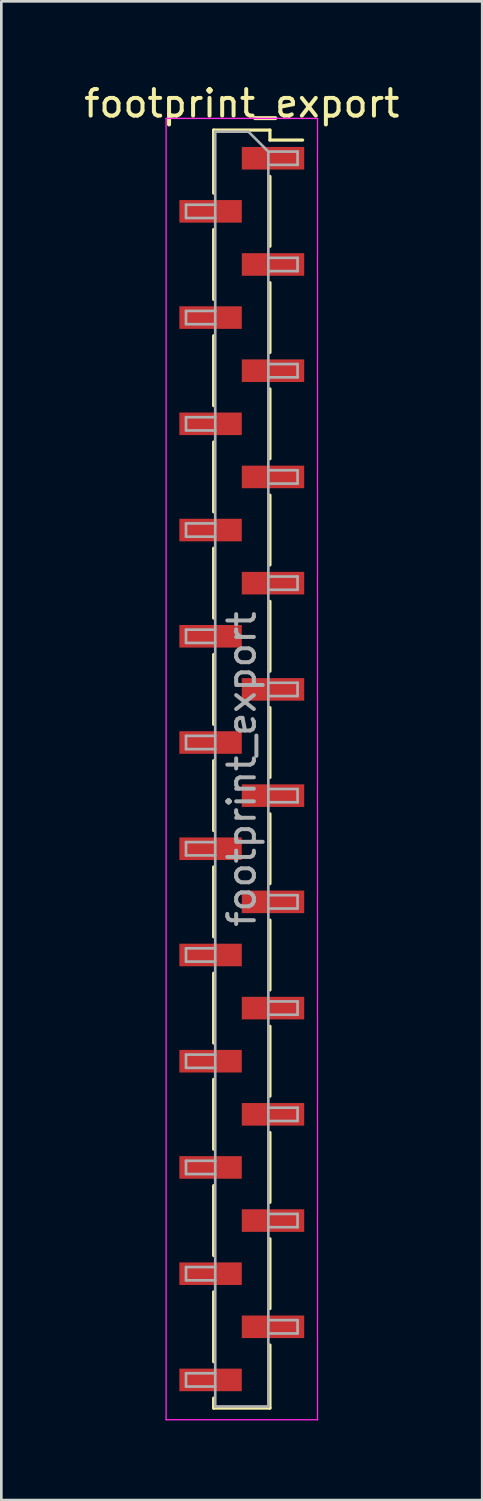
<source format=kicad_pcb>
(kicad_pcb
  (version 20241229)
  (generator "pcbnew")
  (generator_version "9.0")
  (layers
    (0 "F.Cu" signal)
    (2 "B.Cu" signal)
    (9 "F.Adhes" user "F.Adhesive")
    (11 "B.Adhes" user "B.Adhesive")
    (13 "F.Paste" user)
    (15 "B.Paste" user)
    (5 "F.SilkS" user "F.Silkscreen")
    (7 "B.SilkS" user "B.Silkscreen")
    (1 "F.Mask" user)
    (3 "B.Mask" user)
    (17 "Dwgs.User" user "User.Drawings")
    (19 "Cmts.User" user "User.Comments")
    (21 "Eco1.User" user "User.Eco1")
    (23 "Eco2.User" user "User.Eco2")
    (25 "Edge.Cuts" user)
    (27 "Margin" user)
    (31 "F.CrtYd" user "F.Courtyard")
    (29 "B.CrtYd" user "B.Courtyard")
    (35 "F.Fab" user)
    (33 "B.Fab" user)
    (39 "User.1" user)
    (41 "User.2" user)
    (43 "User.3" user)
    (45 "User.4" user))
  (footprint "footprint_export"
    (layer "F.Cu")
    (at 6.054 25.908)
    (property "Reference" "footprint_export" (at 0 -25.06 0) (layer "F.SilkS") (effects (font (size 1 1) (thickness 0.15))))
    (attr smd)
    (fp_line (start -1.06 -24.06) (end -1.06 -21.685) (stroke (width 0.12) (type solid)) (layer "F.SilkS"))
    (fp_line (start -1.06 -24.06) (end 1.06 -24.06) (stroke (width 0.12) (type solid)) (layer "F.SilkS"))
    (fp_line (start -1.06 -20.315) (end -1.06 -17.685) (stroke (width 0.12) (type solid)) (layer "F.SilkS"))
    (fp_line (start -1.06 -16.315) (end -1.06 -13.685) (stroke (width 0.12) (type solid)) (layer "F.SilkS"))
    (fp_line (start -1.06 -12.315) (end -1.06 -9.685) (stroke (width 0.12) (type solid)) (layer "F.SilkS"))
    (fp_line (start -1.06 -8.315) (end -1.06 -5.685) (stroke (width 0.12) (type solid)) (layer "F.SilkS"))
    (fp_line (start -1.06 -4.315) (end -1.06 -1.685) (stroke (width 0.12) (type solid)) (layer "F.SilkS"))
    (fp_line (start -1.06 -0.315) (end -1.06 2.315) (stroke (width 0.12) (type solid)) (layer "F.SilkS"))
    (fp_line (start -1.06 3.685) (end -1.06 6.315) (stroke (width 0.12) (type solid)) (layer "F.SilkS"))
    (fp_line (start -1.06 7.685) (end -1.06 10.315) (stroke (width 0.12) (type solid)) (layer "F.SilkS"))
    (fp_line (start -1.06 11.685) (end -1.06 14.315) (stroke (width 0.12) (type solid)) (layer "F.SilkS"))
    (fp_line (start -1.06 15.685) (end -1.06 18.315) (stroke (width 0.12) (type solid)) (layer "F.SilkS"))
    (fp_line (start -1.06 19.685) (end -1.06 22.315) (stroke (width 0.12) (type solid)) (layer "F.SilkS"))
    (fp_line (start -1.06 23.685) (end -1.06 24.06) (stroke (width 0.12) (type solid)) (layer "F.SilkS"))
    (fp_line (start -1.06 24.06) (end 1.06 24.06) (stroke (width 0.12) (type solid)) (layer "F.SilkS"))
    (fp_line (start 1.06 -24.06) (end 1.06 -23.685) (stroke (width 0.12) (type solid)) (layer "F.SilkS"))
    (fp_line (start 1.06 -23.685) (end 2.29 -23.685) (stroke (width 0.12) (type solid)) (layer "F.SilkS"))
    (fp_line (start 1.06 -22.315) (end 1.06 -19.685) (stroke (width 0.12) (type solid)) (layer "F.SilkS"))
    (fp_line (start 1.06 -18.315) (end 1.06 -15.685) (stroke (width 0.12) (type solid)) (layer "F.SilkS"))
    (fp_line (start 1.06 -14.315) (end 1.06 -11.685) (stroke (width 0.12) (type solid)) (layer "F.SilkS"))
    (fp_line (start 1.06 -10.315) (end 1.06 -7.685) (stroke (width 0.12) (type solid)) (layer "F.SilkS"))
    (fp_line (start 1.06 -6.315) (end 1.06 -3.685) (stroke (width 0.12) (type solid)) (layer "F.SilkS"))
    (fp_line (start 1.06 -2.315) (end 1.06 0.315) (stroke (width 0.12) (type solid)) (layer "F.SilkS"))
    (fp_line (start 1.06 1.685) (end 1.06 4.315) (stroke (width 0.12) (type solid)) (layer "F.SilkS"))
    (fp_line (start 1.06 5.685) (end 1.06 8.315) (stroke (width 0.12) (type solid)) (layer "F.SilkS"))
    (fp_line (start 1.06 9.685) (end 1.06 12.315) (stroke (width 0.12) (type solid)) (layer "F.SilkS"))
    (fp_line (start 1.06 13.685) (end 1.06 16.315) (stroke (width 0.12) (type solid)) (layer "F.SilkS"))
    (fp_line (start 1.06 17.685) (end 1.06 20.315) (stroke (width 0.12) (type solid)) (layer "F.SilkS"))
    (fp_line (start 1.06 21.685) (end 1.06 24.06) (stroke (width 0.12) (type solid)) (layer "F.SilkS"))
    (fp_line (start -2.85 -24.5) (end -2.85 24.5) (stroke (width 0.05) (type solid)) (layer "F.CrtYd"))
    (fp_line (start -2.85 24.5) (end 2.85 24.5) (stroke (width 0.05) (type solid)) (layer "F.CrtYd"))
    (fp_line (start 2.85 -24.5) (end -2.85 -24.5) (stroke (width 0.05) (type solid)) (layer "F.CrtYd"))
    (fp_line (start 2.85 24.5) (end 2.85 -24.5) (stroke (width 0.05) (type solid)) (layer "F.CrtYd"))
    (fp_line (start -2.1 -21.25) (end -2.1 -20.75) (stroke (width 0.1) (type solid)) (layer "F.Fab"))
    (fp_line (start -2.1 -20.75) (end -1 -20.75) (stroke (width 0.1) (type solid)) (layer "F.Fab"))
    (fp_line (start -2.1 -17.25) (end -2.1 -16.75) (stroke (width 0.1) (type solid)) (layer "F.Fab"))
    (fp_line (start -2.1 -16.75) (end -1 -16.75) (stroke (width 0.1) (type solid)) (layer "F.Fab"))
    (fp_line (start -2.1 -13.25) (end -2.1 -12.75) (stroke (width 0.1) (type solid)) (layer "F.Fab"))
    (fp_line (start -2.1 -12.75) (end -1 -12.75) (stroke (width 0.1) (type solid)) (layer "F.Fab"))
    (fp_line (start -2.1 -9.25) (end -2.1 -8.75) (stroke (width 0.1) (type solid)) (layer "F.Fab"))
    (fp_line (start -2.1 -8.75) (end -1 -8.75) (stroke (width 0.1) (type solid)) (layer "F.Fab"))
    (fp_line (start -2.1 -5.25) (end -2.1 -4.75) (stroke (width 0.1) (type solid)) (layer "F.Fab"))
    (fp_line (start -2.1 -4.75) (end -1 -4.75) (stroke (width 0.1) (type solid)) (layer "F.Fab"))
    (fp_line (start -2.1 -1.25) (end -2.1 -0.75) (stroke (width 0.1) (type solid)) (layer "F.Fab"))
    (fp_line (start -2.1 -0.75) (end -1 -0.75) (stroke (width 0.1) (type solid)) (layer "F.Fab"))
    (fp_line (start -2.1 2.75) (end -2.1 3.25) (stroke (width 0.1) (type solid)) (layer "F.Fab"))
    (fp_line (start -2.1 3.25) (end -1 3.25) (stroke (width 0.1) (type solid)) (layer "F.Fab"))
    (fp_line (start -2.1 6.75) (end -2.1 7.25) (stroke (width 0.1) (type solid)) (layer "F.Fab"))
    (fp_line (start -2.1 7.25) (end -1 7.25) (stroke (width 0.1) (type solid)) (layer "F.Fab"))
    (fp_line (start -2.1 10.75) (end -2.1 11.25) (stroke (width 0.1) (type solid)) (layer "F.Fab"))
    (fp_line (start -2.1 11.25) (end -1 11.25) (stroke (width 0.1) (type solid)) (layer "F.Fab"))
    (fp_line (start -2.1 14.75) (end -2.1 15.25) (stroke (width 0.1) (type solid)) (layer "F.Fab"))
    (fp_line (start -2.1 15.25) (end -1 15.25) (stroke (width 0.1) (type solid)) (layer "F.Fab"))
    (fp_line (start -2.1 18.75) (end -2.1 19.25) (stroke (width 0.1) (type solid)) (layer "F.Fab"))
    (fp_line (start -2.1 19.25) (end -1 19.25) (stroke (width 0.1) (type solid)) (layer "F.Fab"))
    (fp_line (start -2.1 22.75) (end -2.1 23.25) (stroke (width 0.1) (type solid)) (layer "F.Fab"))
    (fp_line (start -2.1 23.25) (end -1 23.25) (stroke (width 0.1) (type solid)) (layer "F.Fab"))
    (fp_line (start -1 -24) (end -1 24) (stroke (width 0.1) (type solid)) (layer "F.Fab"))
    (fp_line (start -1 -24) (end 0.25 -24) (stroke (width 0.1) (type solid)) (layer "F.Fab"))
    (fp_line (start -1 -21.25) (end -2.1 -21.25) (stroke (width 0.1) (type solid)) (layer "F.Fab"))
    (fp_line (start -1 -17.25) (end -2.1 -17.25) (stroke (width 0.1) (type solid)) (layer "F.Fab"))
    (fp_line (start -1 -13.25) (end -2.1 -13.25) (stroke (width 0.1) (type solid)) (layer "F.Fab"))
    (fp_line (start -1 -9.25) (end -2.1 -9.25) (stroke (width 0.1) (type solid)) (layer "F.Fab"))
    (fp_line (start -1 -5.25) (end -2.1 -5.25) (stroke (width 0.1) (type solid)) (layer "F.Fab"))
    (fp_line (start -1 -1.25) (end -2.1 -1.25) (stroke (width 0.1) (type solid)) (layer "F.Fab"))
    (fp_line (start -1 2.75) (end -2.1 2.75) (stroke (width 0.1) (type solid)) (layer "F.Fab"))
    (fp_line (start -1 6.75) (end -2.1 6.75) (stroke (width 0.1) (type solid)) (layer "F.Fab"))
    (fp_line (start -1 10.75) (end -2.1 10.75) (stroke (width 0.1) (type solid)) (layer "F.Fab"))
    (fp_line (start -1 14.75) (end -2.1 14.75) (stroke (width 0.1) (type solid)) (layer "F.Fab"))
    (fp_line (start -1 18.75) (end -2.1 18.75) (stroke (width 0.1) (type solid)) (layer "F.Fab"))
    (fp_line (start -1 22.75) (end -2.1 22.75) (stroke (width 0.1) (type solid)) (layer "F.Fab"))
    (fp_line (start 1 -23.25) (end 0.25 -24) (stroke (width 0.1) (type solid)) (layer "F.Fab"))
    (fp_line (start 1 -23.25) (end 2.1 -23.25) (stroke (width 0.1) (type solid)) (layer "F.Fab"))
    (fp_line (start 1 -19.25) (end 2.1 -19.25) (stroke (width 0.1) (type solid)) (layer "F.Fab"))
    (fp_line (start 1 -15.25) (end 2.1 -15.25) (stroke (width 0.1) (type solid)) (layer "F.Fab"))
    (fp_line (start 1 -11.25) (end 2.1 -11.25) (stroke (width 0.1) (type solid)) (layer "F.Fab"))
    (fp_line (start 1 -7.25) (end 2.1 -7.25) (stroke (width 0.1) (type solid)) (layer "F.Fab"))
    (fp_line (start 1 -3.25) (end 2.1 -3.25) (stroke (width 0.1) (type solid)) (layer "F.Fab"))
    (fp_line (start 1 0.75) (end 2.1 0.75) (stroke (width 0.1) (type solid)) (layer "F.Fab"))
    (fp_line (start 1 4.75) (end 2.1 4.75) (stroke (width 0.1) (type solid)) (layer "F.Fab"))
    (fp_line (start 1 8.75) (end 2.1 8.75) (stroke (width 0.1) (type solid)) (layer "F.Fab"))
    (fp_line (start 1 12.75) (end 2.1 12.75) (stroke (width 0.1) (type solid)) (layer "F.Fab"))
    (fp_line (start 1 16.75) (end 2.1 16.75) (stroke (width 0.1) (type solid)) (layer "F.Fab"))
    (fp_line (start 1 20.75) (end 2.1 20.75) (stroke (width 0.1) (type solid)) (layer "F.Fab"))
    (fp_line (start 1 24) (end -1 24) (stroke (width 0.1) (type solid)) (layer "F.Fab"))
    (fp_line (start 1 24) (end 1 -23.25) (stroke (width 0.1) (type solid)) (layer "F.Fab"))
    (fp_line (start 2.1 -23.25) (end 2.1 -22.75) (stroke (width 0.1) (type solid)) (layer "F.Fab"))
    (fp_line (start 2.1 -22.75) (end 1 -22.75) (stroke (width 0.1) (type solid)) (layer "F.Fab"))
    (fp_line (start 2.1 -19.25) (end 2.1 -18.75) (stroke (width 0.1) (type solid)) (layer "F.Fab"))
    (fp_line (start 2.1 -18.75) (end 1 -18.75) (stroke (width 0.1) (type solid)) (layer "F.Fab"))
    (fp_line (start 2.1 -15.25) (end 2.1 -14.75) (stroke (width 0.1) (type solid)) (layer "F.Fab"))
    (fp_line (start 2.1 -14.75) (end 1 -14.75) (stroke (width 0.1) (type solid)) (layer "F.Fab"))
    (fp_line (start 2.1 -11.25) (end 2.1 -10.75) (stroke (width 0.1) (type solid)) (layer "F.Fab"))
    (fp_line (start 2.1 -10.75) (end 1 -10.75) (stroke (width 0.1) (type solid)) (layer "F.Fab"))
    (fp_line (start 2.1 -7.25) (end 2.1 -6.75) (stroke (width 0.1) (type solid)) (layer "F.Fab"))
    (fp_line (start 2.1 -6.75) (end 1 -6.75) (stroke (width 0.1) (type solid)) (layer "F.Fab"))
    (fp_line (start 2.1 -3.25) (end 2.1 -2.75) (stroke (width 0.1) (type solid)) (layer "F.Fab"))
    (fp_line (start 2.1 -2.75) (end 1 -2.75) (stroke (width 0.1) (type solid)) (layer "F.Fab"))
    (fp_line (start 2.1 0.75) (end 2.1 1.25) (stroke (width 0.1) (type solid)) (layer "F.Fab"))
    (fp_line (start 2.1 1.25) (end 1 1.25) (stroke (width 0.1) (type solid)) (layer "F.Fab"))
    (fp_line (start 2.1 4.75) (end 2.1 5.25) (stroke (width 0.1) (type solid)) (layer "F.Fab"))
    (fp_line (start 2.1 5.25) (end 1 5.25) (stroke (width 0.1) (type solid)) (layer "F.Fab"))
    (fp_line (start 2.1 8.75) (end 2.1 9.25) (stroke (width 0.1) (type solid)) (layer "F.Fab"))
    (fp_line (start 2.1 9.25) (end 1 9.25) (stroke (width 0.1) (type solid)) (layer "F.Fab"))
    (fp_line (start 2.1 12.75) (end 2.1 13.25) (stroke (width 0.1) (type solid)) (layer "F.Fab"))
    (fp_line (start 2.1 13.25) (end 1 13.25) (stroke (width 0.1) (type solid)) (layer "F.Fab"))
    (fp_line (start 2.1 16.75) (end 2.1 17.25) (stroke (width 0.1) (type solid)) (layer "F.Fab"))
    (fp_line (start 2.1 17.25) (end 1 17.25) (stroke (width 0.1) (type solid)) (layer "F.Fab"))
    (fp_line (start 2.1 20.75) (end 2.1 21.25) (stroke (width 0.1) (type solid)) (layer "F.Fab"))
    (fp_line (start 2.1 21.25) (end 1 21.25) (stroke (width 0.1) (type solid)) (layer "F.Fab"))
    (fp_text user "${REFERENCE}" (at 0 0 90) (layer "F.Fab") (effects (font (size 1 1) (thickness 0.15))))
    (pad "1" smd rect (at 1.175 -23) (size 2.35 0.85) (layers "F.Cu" "F.Mask" "F.Paste"))
    (pad "2" smd rect (at -1.175 -21) (size 2.35 0.85) (layers "F.Cu" "F.Mask" "F.Paste"))
    (pad "3" smd rect (at 1.175 -19) (size 2.35 0.85) (layers "F.Cu" "F.Mask" "F.Paste"))
    (pad "4" smd rect (at -1.175 -17) (size 2.35 0.85) (layers "F.Cu" "F.Mask" "F.Paste"))
    (pad "5" smd rect (at 1.175 -15) (size 2.35 0.85) (layers "F.Cu" "F.Mask" "F.Paste"))
    (pad "6" smd rect (at -1.175 -13) (size 2.35 0.85) (layers "F.Cu" "F.Mask" "F.Paste"))
    (pad "7" smd rect (at 1.175 -11) (size 2.35 0.85) (layers "F.Cu" "F.Mask" "F.Paste"))
    (pad "8" smd rect (at -1.175 -9) (size 2.35 0.85) (layers "F.Cu" "F.Mask" "F.Paste"))
    (pad "9" smd rect (at 1.175 -7) (size 2.35 0.85) (layers "F.Cu" "F.Mask" "F.Paste"))
    (pad "10" smd rect (at -1.175 -5) (size 2.35 0.85) (layers "F.Cu" "F.Mask" "F.Paste"))
    (pad "11" smd rect (at 1.175 -3) (size 2.35 0.85) (layers "F.Cu" "F.Mask" "F.Paste"))
    (pad "12" smd rect (at -1.175 -1) (size 2.35 0.85) (layers "F.Cu" "F.Mask" "F.Paste"))
    (pad "13" smd rect (at 1.175 1) (size 2.35 0.85) (layers "F.Cu" "F.Mask" "F.Paste"))
    (pad "14" smd rect (at -1.175 3) (size 2.35 0.85) (layers "F.Cu" "F.Mask" "F.Paste"))
    (pad "15" smd rect (at 1.175 5) (size 2.35 0.85) (layers "F.Cu" "F.Mask" "F.Paste"))
    (pad "16" smd rect (at -1.175 7) (size 2.35 0.85) (layers "F.Cu" "F.Mask" "F.Paste"))
    (pad "17" smd rect (at 1.175 9) (size 2.35 0.85) (layers "F.Cu" "F.Mask" "F.Paste"))
    (pad "18" smd rect (at -1.175 11) (size 2.35 0.85) (layers "F.Cu" "F.Mask" "F.Paste"))
    (pad "19" smd rect (at 1.175 13) (size 2.35 0.85) (layers "F.Cu" "F.Mask" "F.Paste"))
    (pad "20" smd rect (at -1.175 15) (size 2.35 0.85) (layers "F.Cu" "F.Mask" "F.Paste"))
    (pad "21" smd rect (at 1.175 17) (size 2.35 0.85) (layers "F.Cu" "F.Mask" "F.Paste"))
    (pad "22" smd rect (at -1.175 19) (size 2.35 0.85) (layers "F.Cu" "F.Mask" "F.Paste"))
    (pad "23" smd rect (at 1.175 21) (size 2.35 0.85) (layers "F.Cu" "F.Mask" "F.Paste"))
    (pad "24" smd rect (at -1.175 23) (size 2.35 0.85) (layers "F.Cu" "F.Mask" "F.Paste")))
  (gr_rect
    (start -3 -3)
    (end 15.107 53.433)
    (stroke (width 0.1) (type default))
    (fill no)
    (layer "Edge.Cuts")))
</source>
